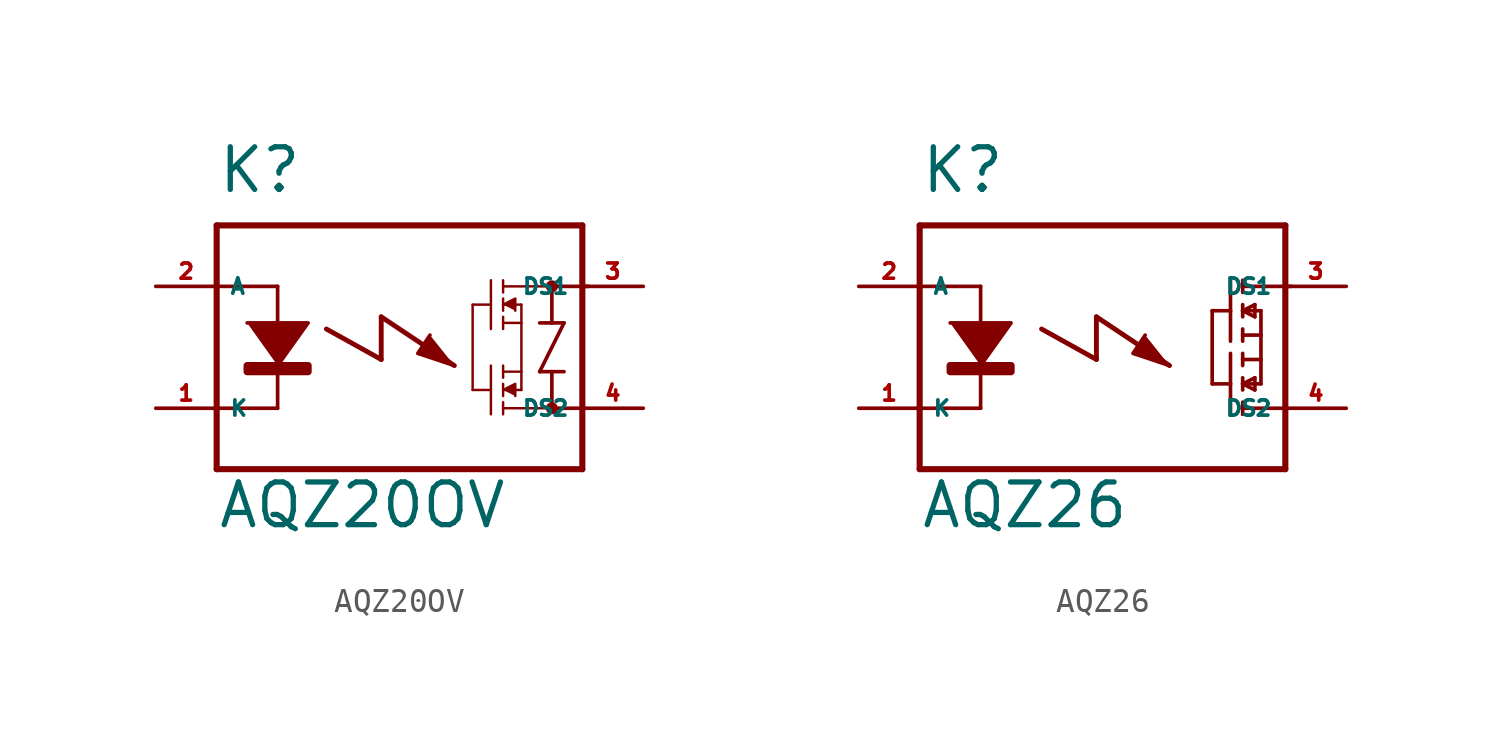
<source format=kicad_sym>
(kicad_symbol_lib
  (version 20220914)
  (generator Eagle2Kicad)
  (symbol "AQZ20OV"
    (property "Reference" "K"
      (at -7.62 6.35 0)
      (effects (font (size 1.778 1.778) (thickness 0.22)) (justify left bottom)))
    (property "Value" "AQZ20OV"
      (at -7.62 -7.62 0)
      (effects (font (size 1.778 1.778) (thickness 0.22)) (justify left bottom)))
    (polyline
      (pts (xy -6.35 1.016) (xy -3.81 1.016) (xy -5.08 -0.762))
      (stroke (width 0.152) (type default))
      (fill (type outline)))
    (polyline
      (pts (xy 4.318 1.778) (xy 4.826 2.032) (xy 4.826 1.524))
      (stroke (width 0.102) (type default))
      (fill (type outline)))
    (polyline
      (pts (xy 4.318 -1.778) (xy 4.826 -1.524) (xy 4.826 -2.032))
      (stroke (width 0.102) (type default))
      (fill (type outline)))
    (polyline
      (pts (xy 1.27 0.508) (xy 0.762 -0.254) (xy 2.286 -0.762))
      (stroke (width 0.152) (type default))
      (fill (type outline)))
    (polyline
      (pts (xy -5.08 2.54) (xy -5.08 -2.54))
      (stroke (width 0.152) (type default))
      (fill (type none)))
    (polyline
      (pts (xy -7.62 5.08) (xy -7.62 2.54))
      (stroke (width 0.254) (type default))
      (fill (type none)))
    (polyline
      (pts (xy -7.62 2.54) (xy -7.62 -2.54))
      (stroke (width 0.254) (type default))
      (fill (type none)))
    (polyline
      (pts (xy -7.62 -2.54) (xy -7.62 -5.08))
      (stroke (width 0.254) (type default))
      (fill (type none)))
    (polyline
      (pts (xy -7.62 -5.08) (xy 7.62 -5.08))
      (stroke (width 0.254) (type default))
      (fill (type none)))
    (polyline
      (pts (xy 6.35 2.54) (xy 7.874 2.54))
      (stroke (width 0.152) (type default))
      (fill (type none)))
    (polyline
      (pts (xy 6.35 -2.54) (xy 7.62 -2.54))
      (stroke (width 0.152) (type default))
      (fill (type none)))
    (polyline
      (pts (xy 7.62 -5.08) (xy 7.62 5.08))
      (stroke (width 0.254) (type default))
      (fill (type none)))
    (polyline
      (pts (xy 7.62 5.08) (xy -7.62 5.08))
      (stroke (width 0.254) (type default))
      (fill (type none)))
    (polyline
      (pts (xy 6.35 2.54) (xy 6.35 1.016))
      (stroke (width 0.152) (type default))
      (fill (type none)))
    (polyline
      (pts (xy 6.35 1.016) (xy 6.858 1.016))
      (stroke (width 0.152) (type default))
      (fill (type none)))
    (polyline
      (pts (xy 6.858 1.016) (xy 5.842 -1.016))
      (stroke (width 0.152) (type default))
      (fill (type none)))
    (polyline
      (pts (xy 5.842 -1.016) (xy 6.35 -1.016))
      (stroke (width 0.152) (type default))
      (fill (type none)))
    (polyline
      (pts (xy 6.35 -1.016) (xy 6.35 -2.54))
      (stroke (width 0.152) (type default))
      (fill (type none)))
    (polyline
      (pts (xy -5.08 2.54) (xy -7.62 2.54))
      (stroke (width 0.152) (type default))
      (fill (type none)))
    (polyline
      (pts (xy -5.08 -2.54) (xy -7.62 -2.54))
      (stroke (width 0.152) (type default))
      (fill (type none)))
    (polyline
      (pts (xy 6.35 -1.016) (xy 6.858 -1.016))
      (stroke (width 0.152) (type default))
      (fill (type none)))
    (polyline
      (pts (xy 5.842 1.016) (xy 6.35 1.016))
      (stroke (width 0.152) (type default))
      (fill (type none)))
    (polyline
      (pts (xy 6.35 2.54) (xy 4.318 2.54))
      (stroke (width 0.102) (type default))
      (fill (type none)))
    (polyline
      (pts (xy 4.318 2.794) (xy 4.318 2.54))
      (stroke (width 0.102) (type default))
      (fill (type none)))
    (polyline
      (pts (xy 4.318 2.54) (xy 4.318 2.286))
      (stroke (width 0.102) (type default))
      (fill (type none)))
    (polyline
      (pts (xy 4.318 2.032) (xy 4.318 1.778))
      (stroke (width 0.102) (type default))
      (fill (type none)))
    (polyline
      (pts (xy 4.318 1.778) (xy 4.318 1.524))
      (stroke (width 0.102) (type default))
      (fill (type none)))
    (polyline
      (pts (xy 4.318 1.27) (xy 4.318 1.016))
      (stroke (width 0.102) (type default))
      (fill (type none)))
    (polyline
      (pts (xy 4.318 1.016) (xy 4.318 0.762))
      (stroke (width 0.102) (type default))
      (fill (type none)))
    (polyline
      (pts (xy 4.318 1.778) (xy 5.08 1.778))
      (stroke (width 0.102) (type default))
      (fill (type none)))
    (polyline
      (pts (xy 4.318 1.016) (xy 5.08 1.016))
      (stroke (width 0.102) (type default))
      (fill (type none)))
    (polyline
      (pts (xy 5.08 1.016) (xy 5.08 1.778))
      (stroke (width 0.102) (type default))
      (fill (type none)))
    (polyline
      (pts (xy 3.81 2.794) (xy 3.81 1.778))
      (stroke (width 0.102) (type default))
      (fill (type none)))
    (polyline
      (pts (xy 3.81 1.778) (xy 3.81 0.762))
      (stroke (width 0.102) (type default))
      (fill (type none)))
    (polyline
      (pts (xy 3.81 1.778) (xy 3.048 1.778))
      (stroke (width 0.102) (type default))
      (fill (type none)))
    (polyline
      (pts (xy 6.35 -2.54) (xy 4.318 -2.54))
      (stroke (width 0.102) (type default))
      (fill (type none)))
    (polyline
      (pts (xy 4.318 -2.794) (xy 4.318 -2.54))
      (stroke (width 0.102) (type default))
      (fill (type none)))
    (polyline
      (pts (xy 4.318 -2.54) (xy 4.318 -2.286))
      (stroke (width 0.102) (type default))
      (fill (type none)))
    (polyline
      (pts (xy 4.318 -2.032) (xy 4.318 -1.778))
      (stroke (width 0.102) (type default))
      (fill (type none)))
    (polyline
      (pts (xy 4.318 -1.778) (xy 4.318 -1.524))
      (stroke (width 0.102) (type default))
      (fill (type none)))
    (polyline
      (pts (xy 4.318 -1.27) (xy 4.318 -1.016))
      (stroke (width 0.102) (type default))
      (fill (type none)))
    (polyline
      (pts (xy 4.318 -1.016) (xy 4.318 -0.762))
      (stroke (width 0.102) (type default))
      (fill (type none)))
    (polyline
      (pts (xy 4.318 -1.778) (xy 5.08 -1.778))
      (stroke (width 0.102) (type default))
      (fill (type none)))
    (polyline
      (pts (xy 4.318 -1.016) (xy 5.08 -1.016))
      (stroke (width 0.102) (type default))
      (fill (type none)))
    (polyline
      (pts (xy 5.08 -1.016) (xy 5.08 -1.778))
      (stroke (width 0.102) (type default))
      (fill (type none)))
    (polyline
      (pts (xy 5.08 1.016) (xy 5.08 -1.016))
      (stroke (width 0.102) (type default))
      (fill (type none)))
    (polyline
      (pts (xy 3.81 -2.794) (xy 3.81 -1.778))
      (stroke (width 0.102) (type default))
      (fill (type none)))
    (polyline
      (pts (xy 3.81 -1.778) (xy 3.81 -0.762))
      (stroke (width 0.102) (type default))
      (fill (type none)))
    (polyline
      (pts (xy 3.81 -1.778) (xy 3.048 -1.778))
      (stroke (width 0.102) (type default))
      (fill (type none)))
    (polyline
      (pts (xy 3.048 1.778) (xy 3.048 -1.778))
      (stroke (width 0.102) (type default))
      (fill (type none)))
    (polyline
      (pts (xy -3.048 0.762) (xy -0.762 -0.508))
      (stroke (width 0.203) (type default))
      (fill (type none)))
    (polyline
      (pts (xy -0.762 -0.508) (xy -0.762 1.27))
      (stroke (width 0.203) (type default))
      (fill (type none)))
    (polyline
      (pts (xy -0.762 1.27) (xy 2.286 -0.762))
      (stroke (width 0.203) (type default))
      (fill (type none)))
    (circle
      (center 6.35 2.54)
      (radius 0.127)
      (stroke (width 0.254) (type default))
      (fill (type none)))
    (circle
      (center 6.35 -2.54)
      (radius 0.127)
      (stroke (width 0.254) (type default))
      (fill (type none)))
    (rectangle
      (start -6.35 -1.016)
      (end -3.81 -0.762)
      (stroke (width 0.3) (type default))
      (fill (type outline)))
    (pin passive line
      (at -10.16 2.54 0)
      (length 2.54)
      (name "A" (effects (font (size 0.635 0.635) (thickness 0.08)) (justify left bottom)))
      (number "2" (effects (font (size 0.635 0.635) (thickness 0.08)) (justify left bottom))))
    (pin passive line
      (at -10.16 -2.54 0)
      (length 2.54)
      (name "K" (effects (font (size 0.635 0.635) (thickness 0.08)) (justify left bottom)))
      (number "1" (effects (font (size 0.635 0.635) (thickness 0.08)) (justify left bottom))))
    (pin passive line
      (at 10.16 2.54 180)
      (length 2.54)
      (name "DS1" (effects (font (size 0.635 0.635) (thickness 0.08)) (justify left bottom)))
      (number "3" (effects (font (size 0.635 0.635) (thickness 0.08)) (justify left bottom))))
    (pin passive line
      (at 10.16 -2.54 180)
      (length 2.54)
      (name "DS2" (effects (font (size 0.635 0.635) (thickness 0.08)) (justify left bottom)))
      (number "4" (effects (font (size 0.635 0.635) (thickness 0.08)) (justify left bottom)))))
  (symbol "AQZ26"
    (property "Reference" "K"
      (at -7.62 6.35 0)
      (effects (font (size 1.778 1.778) (thickness 0.22)) (justify left bottom)))
    (property "Value" "AQZ26"
      (at -7.62 -7.62 0)
      (effects (font (size 1.778 1.778) (thickness 0.22)) (justify left bottom)))
    (polyline
      (pts (xy -6.35 1.016) (xy -3.81 1.016) (xy -5.08 -0.762))
      (stroke (width 0.152) (type default))
      (fill (type outline)))
    (polyline
      (pts (xy 1.778 0.508) (xy 1.27 -0.254) (xy 2.794 -0.762))
      (stroke (width 0.152) (type default))
      (fill (type outline)))
    (polyline
      (pts (xy -5.08 2.54) (xy -5.08 -2.54))
      (stroke (width 0.152) (type default))
      (fill (type none)))
    (polyline
      (pts (xy 5.842 2.794) (xy 5.842 2.286))
      (stroke (width 0.152) (type default))
      (fill (type none)))
    (polyline
      (pts (xy 5.842 1.778) (xy 5.842 1.524))
      (stroke (width 0.152) (type default))
      (fill (type none)))
    (polyline
      (pts (xy 5.842 1.524) (xy 5.842 1.27))
      (stroke (width 0.152) (type default))
      (fill (type none)))
    (polyline
      (pts (xy 5.842 0.762) (xy 5.842 0.508))
      (stroke (width 0.152) (type default))
      (fill (type none)))
    (polyline
      (pts (xy 5.842 0.508) (xy 5.842 0.254))
      (stroke (width 0.152) (type default))
      (fill (type none)))
    (polyline
      (pts (xy 5.842 1.524) (xy 6.604 1.524))
      (stroke (width 0.152) (type default))
      (fill (type none)))
    (polyline
      (pts (xy 6.35 1.778) (xy 5.842 1.524))
      (stroke (width 0.152) (type default))
      (fill (type none)))
    (polyline
      (pts (xy 5.842 1.524) (xy 6.35 1.27))
      (stroke (width 0.152) (type default))
      (fill (type none)))
    (polyline
      (pts (xy 6.35 1.27) (xy 6.35 1.778))
      (stroke (width 0.152) (type default))
      (fill (type none)))
    (polyline
      (pts (xy 5.842 0.508) (xy 6.604 0.508))
      (stroke (width 0.152) (type default))
      (fill (type none)))
    (polyline
      (pts (xy 6.604 0.508) (xy 6.604 1.524))
      (stroke (width 0.152) (type default))
      (fill (type none)))
    (polyline
      (pts (xy 5.334 2.794) (xy 5.334 1.524))
      (stroke (width 0.152) (type default))
      (fill (type none)))
    (polyline
      (pts (xy 5.334 1.524) (xy 5.334 0.254))
      (stroke (width 0.152) (type default))
      (fill (type none)))
    (polyline
      (pts (xy 5.334 1.524) (xy 4.572 1.524))
      (stroke (width 0.152) (type default))
      (fill (type none)))
    (polyline
      (pts (xy 5.842 -2.794) (xy 5.842 -2.286))
      (stroke (width 0.152) (type default))
      (fill (type none)))
    (polyline
      (pts (xy 5.842 -1.778) (xy 5.842 -1.524))
      (stroke (width 0.152) (type default))
      (fill (type none)))
    (polyline
      (pts (xy 5.842 -1.524) (xy 5.842 -1.27))
      (stroke (width 0.152) (type default))
      (fill (type none)))
    (polyline
      (pts (xy 5.842 -0.762) (xy 5.842 -0.508))
      (stroke (width 0.152) (type default))
      (fill (type none)))
    (polyline
      (pts (xy 5.842 -0.508) (xy 5.842 -0.254))
      (stroke (width 0.152) (type default))
      (fill (type none)))
    (polyline
      (pts (xy 5.842 -1.524) (xy 6.604 -1.524))
      (stroke (width 0.152) (type default))
      (fill (type none)))
    (polyline
      (pts (xy 6.35 -1.778) (xy 5.842 -1.524))
      (stroke (width 0.152) (type default))
      (fill (type none)))
    (polyline
      (pts (xy 5.842 -1.524) (xy 6.35 -1.27))
      (stroke (width 0.152) (type default))
      (fill (type none)))
    (polyline
      (pts (xy 6.35 -1.27) (xy 6.35 -1.778))
      (stroke (width 0.152) (type default))
      (fill (type none)))
    (polyline
      (pts (xy 5.842 -0.508) (xy 6.604 -0.508))
      (stroke (width 0.152) (type default))
      (fill (type none)))
    (polyline
      (pts (xy 6.604 -0.508) (xy 6.604 -1.524))
      (stroke (width 0.152) (type default))
      (fill (type none)))
    (polyline
      (pts (xy 6.604 0.508) (xy 6.604 -0.508))
      (stroke (width 0.152) (type default))
      (fill (type none)))
    (polyline
      (pts (xy 5.334 -2.794) (xy 5.334 -1.524))
      (stroke (width 0.152) (type default))
      (fill (type none)))
    (polyline
      (pts (xy 5.334 -1.524) (xy 5.334 -0.254))
      (stroke (width 0.152) (type default))
      (fill (type none)))
    (polyline
      (pts (xy 5.334 -1.524) (xy 4.572 -1.524))
      (stroke (width 0.152) (type default))
      (fill (type none)))
    (polyline
      (pts (xy 4.572 1.524) (xy 4.572 -1.524))
      (stroke (width 0.152) (type default))
      (fill (type none)))
    (polyline
      (pts (xy -7.62 5.08) (xy -7.62 2.54))
      (stroke (width 0.254) (type default))
      (fill (type none)))
    (polyline
      (pts (xy -7.62 2.54) (xy -7.62 -2.54))
      (stroke (width 0.254) (type default))
      (fill (type none)))
    (polyline
      (pts (xy -7.62 -2.54) (xy -7.62 -5.08))
      (stroke (width 0.254) (type default))
      (fill (type none)))
    (polyline
      (pts (xy -7.62 -5.08) (xy 7.62 -5.08))
      (stroke (width 0.254) (type default))
      (fill (type none)))
    (polyline
      (pts (xy 5.842 2.54) (xy 7.874 2.54))
      (stroke (width 0.152) (type default))
      (fill (type none)))
    (polyline
      (pts (xy 5.842 -2.54) (xy 7.62 -2.54))
      (stroke (width 0.152) (type default))
      (fill (type none)))
    (polyline
      (pts (xy 7.62 -5.08) (xy 7.62 5.08))
      (stroke (width 0.254) (type default))
      (fill (type none)))
    (polyline
      (pts (xy 7.62 5.08) (xy -7.62 5.08))
      (stroke (width 0.254) (type default))
      (fill (type none)))
    (polyline
      (pts (xy -5.08 2.54) (xy -7.62 2.54))
      (stroke (width 0.152) (type default))
      (fill (type none)))
    (polyline
      (pts (xy -5.08 -2.54) (xy -7.62 -2.54))
      (stroke (width 0.152) (type default))
      (fill (type none)))
    (polyline
      (pts (xy -2.54 0.762) (xy -0.254 -0.508))
      (stroke (width 0.203) (type default))
      (fill (type none)))
    (polyline
      (pts (xy -0.254 -0.508) (xy -0.254 1.27))
      (stroke (width 0.203) (type default))
      (fill (type none)))
    (polyline
      (pts (xy -0.254 1.27) (xy 2.794 -0.762))
      (stroke (width 0.203) (type default))
      (fill (type none)))
    (rectangle
      (start -6.35 -1.016)
      (end -3.81 -0.762)
      (stroke (width 0.3) (type default))
      (fill (type outline)))
    (pin passive line
      (at -10.16 2.54 0)
      (length 2.54)
      (name "A" (effects (font (size 0.635 0.635) (thickness 0.08)) (justify left bottom)))
      (number "2" (effects (font (size 0.635 0.635) (thickness 0.08)) (justify left bottom))))
    (pin passive line
      (at -10.16 -2.54 0)
      (length 2.54)
      (name "K" (effects (font (size 0.635 0.635) (thickness 0.08)) (justify left bottom)))
      (number "1" (effects (font (size 0.635 0.635) (thickness 0.08)) (justify left bottom))))
    (pin passive line
      (at 10.16 2.54 180)
      (length 2.54)
      (name "DS1" (effects (font (size 0.635 0.635) (thickness 0.08)) (justify left bottom)))
      (number "3" (effects (font (size 0.635 0.635) (thickness 0.08)) (justify left bottom))))
    (pin passive line
      (at 10.16 -2.54 180)
      (length 2.54)
      (name "DS2" (effects (font (size 0.635 0.635) (thickness 0.08)) (justify left bottom)))
      (number "4" (effects (font (size 0.635 0.635) (thickness 0.08)) (justify left bottom))))))
</source>
